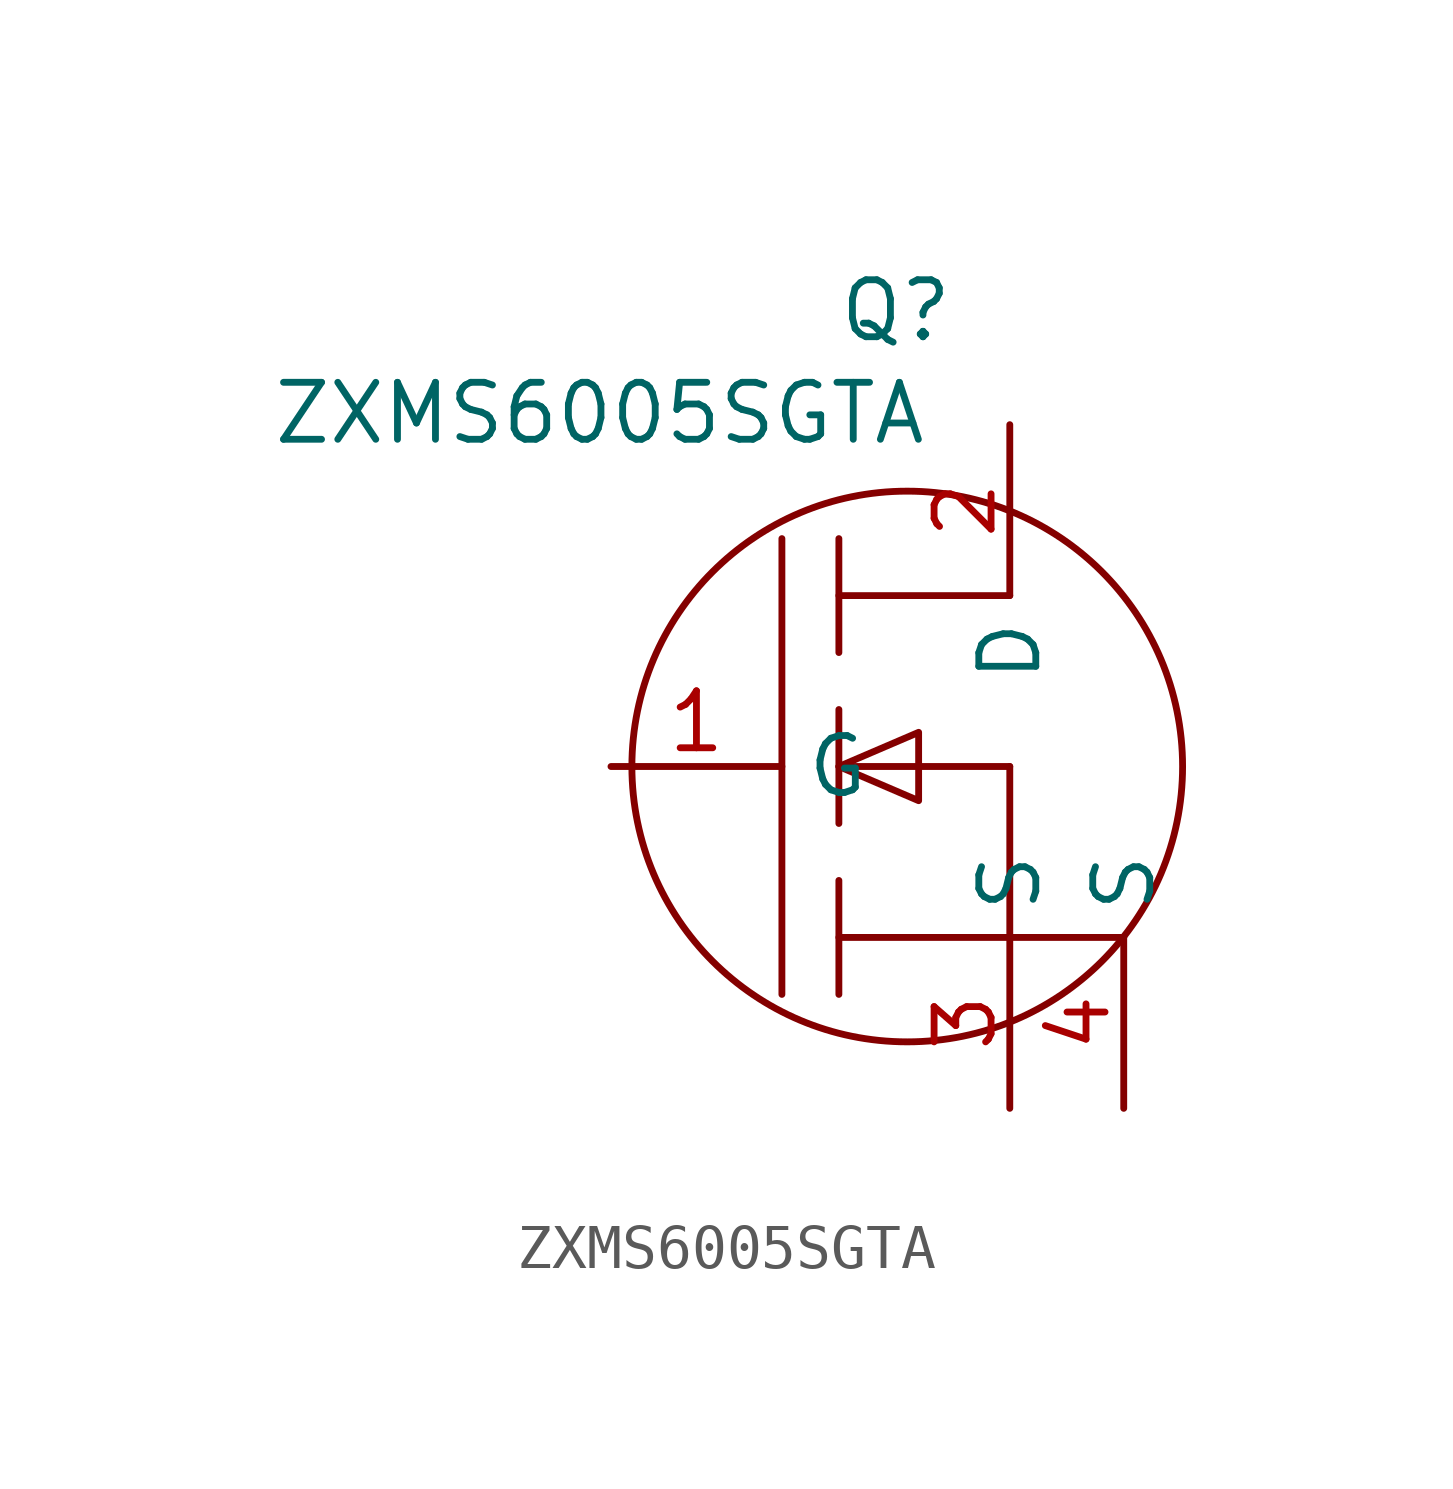
<source format=kicad_sym>
(kicad_symbol_lib
  (version 20231120)
  (generator "kicad_symbol_editor")
  (generator_version "8.0")
  (symbol "ZXMS6005SGTA"
    (property "Reference" "Q"
      (at 0 10.16 0)
      (effects (font (size 1.27 1.27))))
    (property "Value" "ZXMS6005SGTA"
      (at -6.604 7.874 0)
      (effects (font (size 1.27 1.27))))
    (symbol "ZXMS6005SGTA_0_1"
      (polyline (pts (xy -2.54 -5.08) (xy -2.54 5.08)) (stroke (width 0) (type default)) (fill (type none)))
      (polyline (pts (xy -1.27 -5.08) (xy -1.27 -2.54)) (stroke (width 0) (type default)) (fill (type none)))
      (polyline (pts (xy -1.27 -1.27) (xy -1.27 1.27)) (stroke (width 0) (type default)) (fill (type none)))
      (polyline (pts (xy -1.27 0) (xy 2.54 0)) (stroke (width 0) (type default)) (fill (type none)))
      (polyline (pts (xy -1.27 3.81) (xy 2.54 3.81)) (stroke (width 0) (type default)) (fill (type none)))
      (polyline (pts (xy -1.27 5.08) (xy -1.27 2.54)) (stroke (width 0) (type default)) (fill (type none)))
      (polyline (pts (xy 2.54 -3.81) (xy 5.08 -3.81)) (stroke (width 0) (type default)) (fill (type none)))
      (polyline (pts (xy -1.27 -3.81) (xy 2.54 -3.81) (xy 2.54 0)) (stroke (width 0) (type default)) (fill (type none)))
      (polyline (pts (xy -1.27 0) (xy 0.508 0.762) (xy 0.508 -0.762) (xy -1.27 0)) (stroke (width 0) (type default)) (fill (type none)))
      (circle (center 0.254 0) (radius 6.138) (stroke (width 0) (type default)) (fill (type none))))
    (symbol "ZXMS6005SGTA_1_1"
      (pin unspecified line (at -6.35 0 0) (length 3.81) (name "G" (effects (font (size 1.27 1.27)))) (number "1" (effects (font (size 1.27 1.27)))))
      (pin unspecified line (at 2.54 7.62 270) (length 3.81) (name "D" (effects (font (size 1.27 1.27)))) (number "2" (effects (font (size 1.27 1.27)))))
      (pin unspecified line (at 2.54 -7.62 90) (length 3.81) (name "S" (effects (font (size 1.27 1.27)))) (number "3" (effects (font (size 1.27 1.27)))))
      (pin unspecified line (at 5.08 -7.62 90) (length 3.81) (name "S" (effects (font (size 1.27 1.27)))) (number "4" (effects (font (size 1.27 1.27))))))))
</source>
